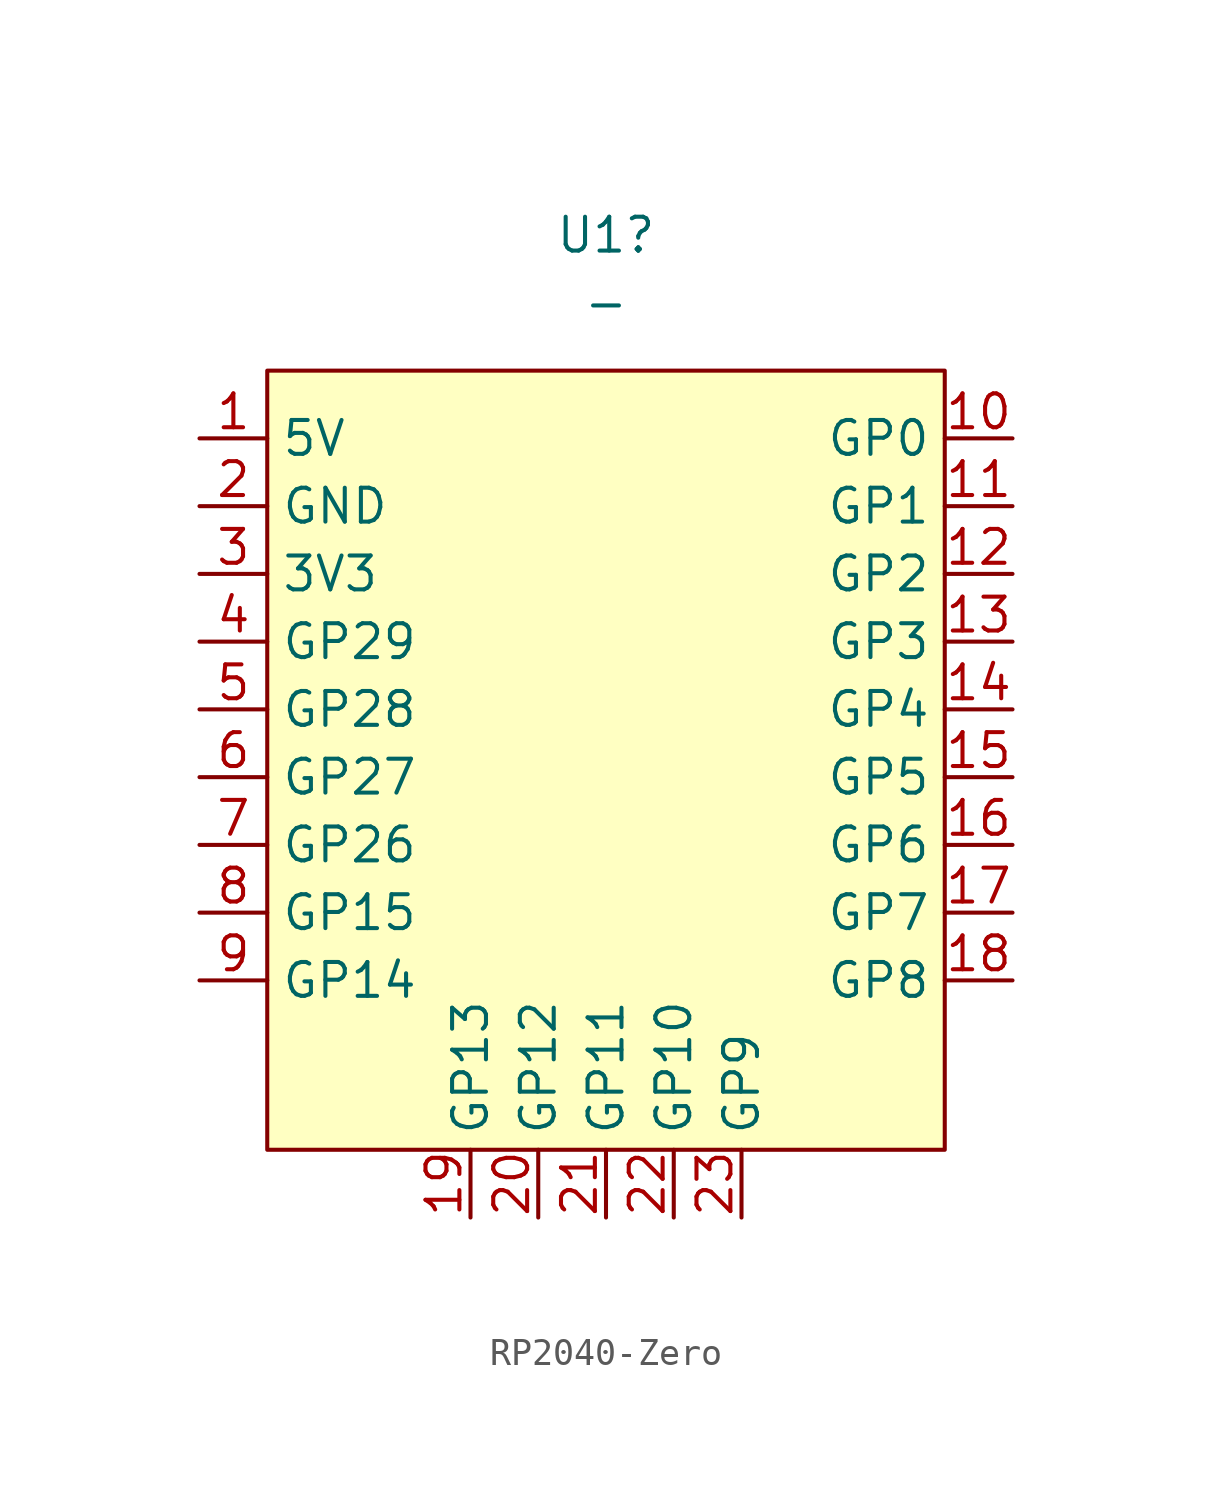
<source format=kicad_sym>
(kicad_symbol_lib
  (version 20220914)
  (generator kicad_symbol_editor)
  (symbol "RP2040-Zero"
    (property "Reference" "U1"
      (at 0 12.7 0)
      (effects (font (size 1.27 1.27))))
    (property "Value" "-"
      (at 0 10.16 0)
      (effects (font (size 1.27 1.27))))
    (symbol "RP2040-Zero_0_1"
      (rectangle (start -12.7 7.62) (end 12.7 -21.59) (stroke (width 0) (type default)) (fill (type background))))
    (symbol "RP2040-Zero_1_1"
      (pin power_in line (at -15.24 5.08 0) (length 2.54) (name "5V" (effects (font (size 1.27 1.27)))) (number "1" (effects (font (size 1.27 1.27)))))
      (pin bidirectional line (at 15.24 5.08 180) (length 2.54) (name "GP0" (effects (font (size 1.27 1.27)))) (number "10" (effects (font (size 1.27 1.27)))))
      (pin bidirectional line (at 15.24 2.54 180) (length 2.54) (name "GP1" (effects (font (size 1.27 1.27)))) (number "11" (effects (font (size 1.27 1.27)))))
      (pin bidirectional line (at 15.24 0 180) (length 2.54) (name "GP2" (effects (font (size 1.27 1.27)))) (number "12" (effects (font (size 1.27 1.27)))))
      (pin bidirectional line (at 15.24 -2.54 180) (length 2.54) (name "GP3" (effects (font (size 1.27 1.27)))) (number "13" (effects (font (size 1.27 1.27)))))
      (pin bidirectional line (at 15.24 -5.08 180) (length 2.54) (name "GP4" (effects (font (size 1.27 1.27)))) (number "14" (effects (font (size 1.27 1.27)))))
      (pin bidirectional line (at 15.24 -7.62 180) (length 2.54) (name "GP5" (effects (font (size 1.27 1.27)))) (number "15" (effects (font (size 1.27 1.27)))))
      (pin bidirectional line (at 15.24 -10.16 180) (length 2.54) (name "GP6" (effects (font (size 1.27 1.27)))) (number "16" (effects (font (size 1.27 1.27)))))
      (pin bidirectional line (at 15.24 -12.7 180) (length 2.54) (name "GP7" (effects (font (size 1.27 1.27)))) (number "17" (effects (font (size 1.27 1.27)))))
      (pin bidirectional line (at 15.24 -15.24 180) (length 2.54) (name "GP8" (effects (font (size 1.27 1.27)))) (number "18" (effects (font (size 1.27 1.27)))))
      (pin bidirectional line (at -5.08 -24.13 90) (length 2.54) (name "GP13" (effects (font (size 1.27 1.27)))) (number "19" (effects (font (size 1.27 1.27)))))
      (pin power_in line (at -15.24 2.54 0) (length 2.54) (name "GND" (effects (font (size 1.27 1.27)))) (number "2" (effects (font (size 1.27 1.27)))))
      (pin bidirectional line (at -2.54 -24.13 90) (length 2.54) (name "GP12" (effects (font (size 1.27 1.27)))) (number "20" (effects (font (size 1.27 1.27)))))
      (pin bidirectional line (at 0 -24.13 90) (length 2.54) (name "GP11" (effects (font (size 1.27 1.27)))) (number "21" (effects (font (size 1.27 1.27)))))
      (pin bidirectional line (at 2.54 -24.13 90) (length 2.54) (name "GP10" (effects (font (size 1.27 1.27)))) (number "22" (effects (font (size 1.27 1.27)))))
      (pin bidirectional line (at 5.08 -24.13 90) (length 2.54) (name "GP9" (effects (font (size 1.27 1.27)))) (number "23" (effects (font (size 1.27 1.27)))))
      (pin power_in line (at -15.24 0 0) (length 2.54) (name "3V3" (effects (font (size 1.27 1.27)))) (number "3" (effects (font (size 1.27 1.27)))))
      (pin bidirectional line (at -15.24 -2.54 0) (length 2.54) (name "GP29" (effects (font (size 1.27 1.27)))) (number "4" (effects (font (size 1.27 1.27)))))
      (pin bidirectional line (at -15.24 -5.08 0) (length 2.54) (name "GP28" (effects (font (size 1.27 1.27)))) (number "5" (effects (font (size 1.27 1.27)))))
      (pin bidirectional line (at -15.24 -7.62 0) (length 2.54) (name "GP27" (effects (font (size 1.27 1.27)))) (number "6" (effects (font (size 1.27 1.27)))))
      (pin bidirectional line (at -15.24 -10.16 0) (length 2.54) (name "GP26" (effects (font (size 1.27 1.27)))) (number "7" (effects (font (size 1.27 1.27)))))
      (pin bidirectional line (at -15.24 -12.7 0) (length 2.54) (name "GP15" (effects (font (size 1.27 1.27)))) (number "8" (effects (font (size 1.27 1.27)))))
      (pin bidirectional line (at -15.24 -15.24 0) (length 2.54) (name "GP14" (effects (font (size 1.27 1.27)))) (number "9" (effects (font (size 1.27 1.27))))))))
</source>
